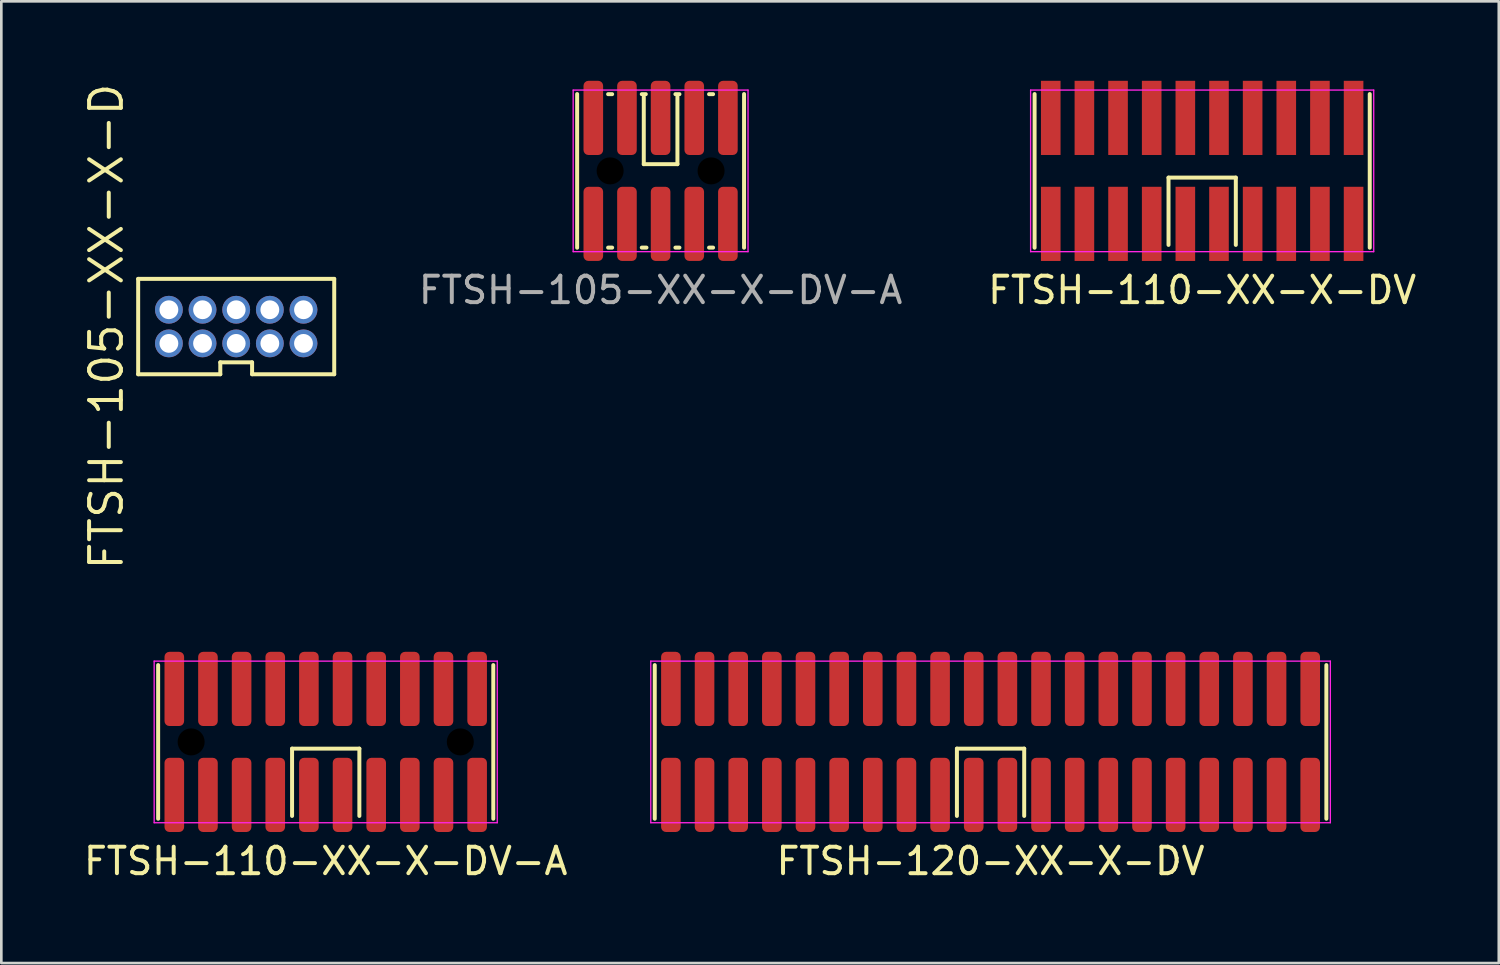
<source format=kicad_pcb>
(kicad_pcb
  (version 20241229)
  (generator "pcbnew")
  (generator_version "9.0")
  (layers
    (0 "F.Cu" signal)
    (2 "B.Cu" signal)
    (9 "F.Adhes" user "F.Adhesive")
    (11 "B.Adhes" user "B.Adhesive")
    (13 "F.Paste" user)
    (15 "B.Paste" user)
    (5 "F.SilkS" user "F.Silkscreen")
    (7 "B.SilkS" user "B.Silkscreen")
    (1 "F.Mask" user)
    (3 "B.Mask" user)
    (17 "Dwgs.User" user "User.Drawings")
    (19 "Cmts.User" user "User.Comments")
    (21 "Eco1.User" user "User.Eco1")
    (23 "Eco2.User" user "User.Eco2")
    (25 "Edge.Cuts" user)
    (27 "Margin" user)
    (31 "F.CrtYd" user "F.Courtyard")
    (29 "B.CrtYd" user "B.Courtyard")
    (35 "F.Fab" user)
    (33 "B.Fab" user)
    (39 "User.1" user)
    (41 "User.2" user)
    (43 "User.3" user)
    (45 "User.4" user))
  (footprint "FTSH-110-XX-X-DV"
    (layer "F.Cu")
    (at 42.325 3.4)
    (property "Reference" "FTSH-110-XX-X-DV" (at 0 4.5 0) (layer "F.SilkS") (effects (font (size 1 1) (thickness 0.15))))
    (attr through_hole)
    (fp_line (start -6.325 -2.9) (end -6.325 2.9) (stroke (width 0.15) (type solid)) (layer "F.SilkS"))
    (fp_line (start -1.27 0.254) (end 1.27 0.254) (stroke (width 0.15) (type solid)) (layer "F.SilkS"))
    (fp_line (start -1.27 2.794) (end -1.27 0.254) (stroke (width 0.15) (type solid)) (layer "F.SilkS"))
    (fp_line (start 1.27 0.254) (end 1.27 2.794) (stroke (width 0.15) (type solid)) (layer "F.SilkS"))
    (fp_line (start 6.325 -2.9) (end 6.325 2.9) (stroke (width 0.15) (type solid)) (layer "F.SilkS"))
    (fp_line (start -6.475 -3.05) (end 6.475 -3.05) (stroke (width 0.05) (type solid)) (layer "F.CrtYd"))
    (fp_line (start -6.475 3.05) (end -6.475 -3.05) (stroke (width 0.05) (type solid)) (layer "F.CrtYd"))
    (fp_line (start 6.475 -3.05) (end 6.475 3.05) (stroke (width 0.05) (type solid)) (layer "F.CrtYd"))
    (fp_line (start 6.475 3.05) (end -6.475 3.05) (stroke (width 0.05) (type solid)) (layer "F.CrtYd"))
    (pad "1" smd rect (at -5.715 2) (size 0.74 2.8) (layers "F.Cu" "F.Mask" "F.Paste"))
    (pad "2" smd rect (at -5.715 -2) (size 0.74 2.8) (layers "F.Cu" "F.Mask" "F.Paste"))
    (pad "3" smd rect (at -4.445 2) (size 0.74 2.8) (layers "F.Cu" "F.Mask" "F.Paste"))
    (pad "4" smd rect (at -4.445 -2) (size 0.74 2.8) (layers "F.Cu" "F.Mask" "F.Paste"))
    (pad "5" smd rect (at -3.175 2) (size 0.74 2.8) (layers "F.Cu" "F.Mask" "F.Paste"))
    (pad "6" smd rect (at -3.175 -2) (size 0.74 2.8) (layers "F.Cu" "F.Mask" "F.Paste"))
    (pad "7" smd rect (at -1.905 2) (size 0.74 2.8) (layers "F.Cu" "F.Mask" "F.Paste"))
    (pad "8" smd rect (at -1.905 -2) (size 0.74 2.8) (layers "F.Cu" "F.Mask" "F.Paste"))
    (pad "9" smd rect (at -0.635 2) (size 0.74 2.8) (layers "F.Cu" "F.Mask" "F.Paste"))
    (pad "10" smd rect (at -0.635 -2) (size 0.74 2.8) (layers "F.Cu" "F.Mask" "F.Paste"))
    (pad "11" smd rect (at 0.635 -2) (size 0.74 2.8) (layers "F.Cu" "F.Mask" "F.Paste"))
    (pad "12" smd rect (at 0.635 2) (size 0.74 2.8) (layers "F.Cu" "F.Mask" "F.Paste"))
    (pad "13" smd rect (at 1.905 -2) (size 0.74 2.8) (layers "F.Cu" "F.Mask" "F.Paste"))
    (pad "14" smd rect (at 1.905 2) (size 0.74 2.8) (layers "F.Cu" "F.Mask" "F.Paste"))
    (pad "15" smd rect (at 3.175 -2) (size 0.74 2.8) (layers "F.Cu" "F.Mask" "F.Paste"))
    (pad "16" smd rect (at 3.175 2) (size 0.74 2.8) (layers "F.Cu" "F.Mask" "F.Paste"))
    (pad "17" smd rect (at 4.445 -2) (size 0.74 2.8) (layers "F.Cu" "F.Mask" "F.Paste"))
    (pad "18" smd rect (at 4.445 2) (size 0.74 2.8) (layers "F.Cu" "F.Mask" "F.Paste"))
    (pad "19" smd rect (at 5.715 -2) (size 0.74 2.8) (layers "F.Cu" "F.Mask" "F.Paste"))
    (pad "20" smd rect (at 5.715 2) (size 0.74 2.8) (layers "F.Cu" "F.Mask" "F.Paste")))
  (footprint "FTSH-105-XX-X-D"
    (layer "F.Cu")
    (at 5.865 9.276)
    (property "Reference" "FTSH-105-XX-X-D" (at -4.9 0 90) (layer "F.SilkS") (effects (font (size 1.2 1.2) (thickness 0.15))))
    (attr through_hole)
    (fp_line (start -3.7 -1.8) (end -3.7 1.8) (stroke (width 0.15) (type solid)) (layer "F.SilkS"))
    (fp_line (start -3.7 1.8) (end -0.6 1.8) (stroke (width 0.15) (type solid)) (layer "F.SilkS"))
    (fp_line (start -0.6 1.35) (end 0.6 1.35) (stroke (width 0.15) (type solid)) (layer "F.SilkS"))
    (fp_line (start -0.6 1.8) (end -0.6 1.35) (stroke (width 0.15) (type solid)) (layer "F.SilkS"))
    (fp_line (start 0.6 1.35) (end 0.6 1.8) (stroke (width 0.15) (type solid)) (layer "F.SilkS"))
    (fp_line (start 0.6 1.8) (end 3.7 1.8) (stroke (width 0.15) (type solid)) (layer "F.SilkS"))
    (fp_line (start 3.7 -1.8) (end -3.7 -1.8) (stroke (width 0.15) (type solid)) (layer "F.SilkS"))
    (fp_line (start 3.7 1.8) (end 3.7 -1.8) (stroke (width 0.15) (type solid)) (layer "F.SilkS"))
    (pad "1" thru_hole circle (at -2.54 0.635) (size 1.05 1.05) (drill 0.71) (layers "*.Cu" "*.Mask"))
    (pad "2" thru_hole circle (at -2.54 -0.635) (size 1.05 1.05) (drill 0.71) (layers "*.Cu" "*.Mask"))
    (pad "3" thru_hole circle (at -1.27 0.635) (size 1.05 1.05) (drill 0.71) (layers "*.Cu" "*.Mask"))
    (pad "4" thru_hole circle (at -1.27 -0.635) (size 1.05 1.05) (drill 0.71) (layers "*.Cu" "*.Mask"))
    (pad "5" thru_hole circle (at 0 0.635) (size 1.05 1.05) (drill 0.71) (layers "*.Cu" "*.Mask"))
    (pad "6" thru_hole circle (at 0 -0.635) (size 1.05 1.05) (drill 0.71) (layers "*.Cu" "*.Mask"))
    (pad "7" thru_hole circle (at 1.27 0.635) (size 1.05 1.05) (drill 0.71) (layers "*.Cu" "*.Mask"))
    (pad "8" thru_hole circle (at 1.27 -0.635) (size 1.05 1.05) (drill 0.71) (layers "*.Cu" "*.Mask"))
    (pad "9" thru_hole circle (at 2.54 0.635) (size 1.05 1.05) (drill 0.71) (layers "*.Cu" "*.Mask"))
    (pad "10" thru_hole circle (at 2.54 -0.635) (size 1.05 1.05) (drill 0.71) (layers "*.Cu" "*.Mask")))
  (footprint "FTSH-110-XX-X-DV-A"
    (layer "F.Cu")
    (at 9.244 24.953)
    (property "Reference" "FTSH-110-XX-X-DV-A" (at 0 4.5 0) (layer "F.SilkS") (effects (font (size 1 1) (thickness 0.15))))
    (attr smd)
    (fp_line (start -6.325 -2.9) (end -6.325 2.9) (stroke (width 0.15) (type solid)) (layer "F.SilkS"))
    (fp_line (start -1.27 0.254) (end 1.27 0.254) (stroke (width 0.15) (type solid)) (layer "F.SilkS"))
    (fp_line (start -1.27 2.794) (end -1.27 0.254) (stroke (width 0.15) (type solid)) (layer "F.SilkS"))
    (fp_line (start 1.27 0.254) (end 1.27 2.794) (stroke (width 0.15) (type solid)) (layer "F.SilkS"))
    (fp_line (start 6.325 -2.9) (end 6.325 2.9) (stroke (width 0.15) (type solid)) (layer "F.SilkS"))
    (fp_line (start -6.475 -3.05) (end 6.475 -3.05) (stroke (width 0.05) (type solid)) (layer "F.CrtYd"))
    (fp_line (start -6.475 3.05) (end -6.475 -3.05) (stroke (width 0.05) (type solid)) (layer "F.CrtYd"))
    (fp_line (start 6.475 -3.05) (end 6.475 3.05) (stroke (width 0.05) (type solid)) (layer "F.CrtYd"))
    (fp_line (start 6.475 3.05) (end -6.475 3.05) (stroke (width 0.05) (type solid)) (layer "F.CrtYd"))
    (pad "" np_thru_hole circle (at -5.08 0) (size 1.02 1.02) (drill 1.02) (layers "*.Mask"))
    (pad "" np_thru_hole circle (at 5.08 0) (size 1.02 1.02) (drill 1.02) (layers "*.Mask"))
    (pad "1" smd roundrect (at -5.715 2) (size 0.74 2.8) (layers "F.Cu" "F.Mask" "F.Paste") (roundrect_rratio 0.25))
    (pad "2" smd roundrect (at -5.715 -2) (size 0.74 2.8) (layers "F.Cu" "F.Mask" "F.Paste") (roundrect_rratio 0.25))
    (pad "3" smd roundrect (at -4.445 2) (size 0.74 2.8) (layers "F.Cu" "F.Mask" "F.Paste") (roundrect_rratio 0.25))
    (pad "4" smd roundrect (at -4.445 -2) (size 0.74 2.8) (layers "F.Cu" "F.Mask" "F.Paste") (roundrect_rratio 0.25))
    (pad "5" smd roundrect (at -3.175 2) (size 0.74 2.8) (layers "F.Cu" "F.Mask" "F.Paste") (roundrect_rratio 0.25))
    (pad "6" smd roundrect (at -3.175 -2) (size 0.74 2.8) (layers "F.Cu" "F.Mask" "F.Paste") (roundrect_rratio 0.25))
    (pad "7" smd roundrect (at -1.905 2) (size 0.74 2.8) (layers "F.Cu" "F.Mask" "F.Paste") (roundrect_rratio 0.25))
    (pad "8" smd roundrect (at -1.905 -2) (size 0.74 2.8) (layers "F.Cu" "F.Mask" "F.Paste") (roundrect_rratio 0.25))
    (pad "9" smd roundrect (at -0.635 2) (size 0.74 2.8) (layers "F.Cu" "F.Mask" "F.Paste") (roundrect_rratio 0.25))
    (pad "10" smd roundrect (at -0.635 -2) (size 0.74 2.8) (layers "F.Cu" "F.Mask" "F.Paste") (roundrect_rratio 0.25))
    (pad "11" smd roundrect (at 0.635 2) (size 0.74 2.8) (layers "F.Cu" "F.Mask" "F.Paste") (roundrect_rratio 0.25))
    (pad "12" smd roundrect (at 0.635 -2) (size 0.74 2.8) (layers "F.Cu" "F.Mask" "F.Paste") (roundrect_rratio 0.25))
    (pad "13" smd roundrect (at 1.905 2) (size 0.74 2.8) (layers "F.Cu" "F.Mask" "F.Paste") (roundrect_rratio 0.25))
    (pad "14" smd roundrect (at 1.905 -2) (size 0.74 2.8) (layers "F.Cu" "F.Mask" "F.Paste") (roundrect_rratio 0.25))
    (pad "15" smd roundrect (at 3.175 2) (size 0.74 2.8) (layers "F.Cu" "F.Mask" "F.Paste") (roundrect_rratio 0.25))
    (pad "16" smd roundrect (at 3.175 -2) (size 0.74 2.8) (layers "F.Cu" "F.Mask" "F.Paste") (roundrect_rratio 0.25))
    (pad "17" smd roundrect (at 4.445 2) (size 0.74 2.8) (layers "F.Cu" "F.Mask" "F.Paste") (roundrect_rratio 0.25))
    (pad "18" smd roundrect (at 4.445 -2) (size 0.74 2.8) (layers "F.Cu" "F.Mask" "F.Paste") (roundrect_rratio 0.25))
    (pad "19" smd roundrect (at 5.715 2) (size 0.74 2.8) (layers "F.Cu" "F.Mask" "F.Paste") (roundrect_rratio 0.25))
    (pad "20" smd roundrect (at 5.715 -2) (size 0.74 2.8) (layers "F.Cu" "F.Mask" "F.Paste") (roundrect_rratio 0.25)))
  (footprint "FTSH-105-XX-X-DV-A"
    (layer "F.Cu")
    (at 21.884 3.4)
    (property "Reference" "FTSH-105-XX-X-DV-A" (at 0 4.5 0) (layer "F.Fab") (effects (font (size 1 1) (thickness 0.15))))
    (attr smd)
    (fp_line (start -3.15 2.9) (end -3.15 -2.9) (stroke (width 0.15) (type solid)) (layer "F.SilkS"))
    (fp_line (start -1.981 2.896) (end -1.829 2.896) (stroke (width 0.15) (type solid)) (layer "F.SilkS"))
    (fp_line (start -1.829 -2.896) (end -1.981 -2.896) (stroke (width 0.15) (type solid)) (layer "F.SilkS"))
    (fp_line (start -0.711 2.896) (end -0.533 2.896) (stroke (width 0.15) (type solid)) (layer "F.SilkS"))
    (fp_line (start -0.635 -0.254) (end -0.635 -2.794) (stroke (width 0.15) (type solid)) (layer "F.SilkS"))
    (fp_line (start -0.559 -2.896) (end -0.711 -2.896) (stroke (width 0.15) (type solid)) (layer "F.SilkS"))
    (fp_line (start 0.559 2.896) (end 0.711 2.896) (stroke (width 0.15) (type solid)) (layer "F.SilkS"))
    (fp_line (start 0.635 -2.794) (end 0.635 -0.254) (stroke (width 0.15) (type solid)) (layer "F.SilkS"))
    (fp_line (start 0.635 -0.254) (end -0.635 -0.254) (stroke (width 0.15) (type solid)) (layer "F.SilkS"))
    (fp_line (start 0.711 -2.896) (end 0.559 -2.896) (stroke (width 0.15) (type solid)) (layer "F.SilkS"))
    (fp_line (start 1.829 2.896) (end 1.981 2.896) (stroke (width 0.15) (type solid)) (layer "F.SilkS"))
    (fp_line (start 1.981 -2.896) (end 1.829 -2.896) (stroke (width 0.15) (type solid)) (layer "F.SilkS"))
    (fp_line (start 3.15 2.9) (end 3.15 -2.9) (stroke (width 0.15) (type solid)) (layer "F.SilkS"))
    (fp_line (start -3.3 -3.05) (end 3.3 -3.05) (stroke (width 0.05) (type solid)) (layer "F.CrtYd"))
    (fp_line (start -3.3 3.05) (end -3.3 -3.05) (stroke (width 0.05) (type solid)) (layer "F.CrtYd"))
    (fp_line (start 3.3 -3.05) (end 3.3 3.05) (stroke (width 0.05) (type solid)) (layer "F.CrtYd"))
    (fp_line (start 3.3 3.05) (end -3.3 3.05) (stroke (width 0.05) (type solid)) (layer "F.CrtYd"))
    (pad "" np_thru_hole circle (at -1.905 0) (size 1.02 1.02) (drill 1.02) (layers "*.Mask"))
    (pad "" np_thru_hole circle (at 1.905 0) (size 1.02 1.02) (drill 1.02) (layers "*.Mask"))
    (pad "1" smd roundrect (at 2.54 -2 180) (size 0.74 2.8) (layers "F.Cu" "F.Mask" "F.Paste") (roundrect_rratio 0.25))
    (pad "2" smd roundrect (at 2.54 2 180) (size 0.74 2.8) (layers "F.Cu" "F.Mask" "F.Paste") (roundrect_rratio 0.25))
    (pad "3" smd roundrect (at 1.27 -2 180) (size 0.74 2.8) (layers "F.Cu" "F.Mask" "F.Paste") (roundrect_rratio 0.25))
    (pad "4" smd roundrect (at 1.27 2 180) (size 0.74 2.8) (layers "F.Cu" "F.Mask" "F.Paste") (roundrect_rratio 0.25))
    (pad "5" smd roundrect (at 0 -2 180) (size 0.74 2.8) (layers "F.Cu" "F.Mask" "F.Paste") (roundrect_rratio 0.25))
    (pad "6" smd roundrect (at 0 2 180) (size 0.74 2.8) (layers "F.Cu" "F.Mask" "F.Paste") (roundrect_rratio 0.25))
    (pad "7" smd roundrect (at -1.27 -2 180) (size 0.74 2.8) (layers "F.Cu" "F.Mask" "F.Paste") (roundrect_rratio 0.25))
    (pad "8" smd roundrect (at -1.27 2 180) (size 0.74 2.8) (layers "F.Cu" "F.Mask" "F.Paste") (roundrect_rratio 0.25))
    (pad "9" smd roundrect (at -2.54 -2 180) (size 0.74 2.8) (layers "F.Cu" "F.Mask" "F.Paste") (roundrect_rratio 0.25))
    (pad "10" smd roundrect (at -2.54 2 180) (size 0.74 2.8) (layers "F.Cu" "F.Mask" "F.Paste") (roundrect_rratio 0.25)))
  (footprint "FTSH-120-XX-X-DV"
    (layer "F.Cu")
    (at 34.338 24.953)
    (property "Reference" "FTSH-120-XX-X-DV" (at 0 4.5 0) (layer "F.SilkS") (effects (font (size 1 1) (thickness 0.15))))
    (attr smd)
    (fp_line (start -12.675 -2.9) (end -12.675 2.9) (stroke (width 0.15) (type solid)) (layer "F.SilkS"))
    (fp_line (start -1.27 0.254) (end 1.27 0.254) (stroke (width 0.15) (type solid)) (layer "F.SilkS"))
    (fp_line (start -1.27 2.794) (end -1.27 0.254) (stroke (width 0.15) (type solid)) (layer "F.SilkS"))
    (fp_line (start 1.27 0.254) (end 1.27 2.794) (stroke (width 0.15) (type solid)) (layer "F.SilkS"))
    (fp_line (start 12.675 -2.9) (end 12.675 2.9) (stroke (width 0.15) (type solid)) (layer "F.SilkS"))
    (fp_line (start -12.825 -3.05) (end 12.825 -3.05) (stroke (width 0.05) (type solid)) (layer "F.CrtYd"))
    (fp_line (start -12.825 3.05) (end -12.825 -3.05) (stroke (width 0.05) (type solid)) (layer "F.CrtYd"))
    (fp_line (start 12.825 -3.05) (end 12.825 3.05) (stroke (width 0.05) (type solid)) (layer "F.CrtYd"))
    (fp_line (start 12.825 3.05) (end -12.825 3.05) (stroke (width 0.05) (type solid)) (layer "F.CrtYd"))
    (pad "1" smd roundrect (at -12.065 2) (size 0.74 2.8) (layers "F.Cu" "F.Mask" "F.Paste") (roundrect_rratio 0.25))
    (pad "2" smd roundrect (at -12.065 -2) (size 0.74 2.8) (layers "F.Cu" "F.Mask" "F.Paste") (roundrect_rratio 0.25))
    (pad "3" smd roundrect (at -10.795 2) (size 0.74 2.8) (layers "F.Cu" "F.Mask" "F.Paste") (roundrect_rratio 0.25))
    (pad "4" smd roundrect (at -10.795 -2) (size 0.74 2.8) (layers "F.Cu" "F.Mask" "F.Paste") (roundrect_rratio 0.25))
    (pad "5" smd roundrect (at -9.525 2) (size 0.74 2.8) (layers "F.Cu" "F.Mask" "F.Paste") (roundrect_rratio 0.25))
    (pad "6" smd roundrect (at -9.525 -2) (size 0.74 2.8) (layers "F.Cu" "F.Mask" "F.Paste") (roundrect_rratio 0.25))
    (pad "7" smd roundrect (at -8.255 2) (size 0.74 2.8) (layers "F.Cu" "F.Mask" "F.Paste") (roundrect_rratio 0.25))
    (pad "8" smd roundrect (at -8.255 -2) (size 0.74 2.8) (layers "F.Cu" "F.Mask" "F.Paste") (roundrect_rratio 0.25))
    (pad "9" smd roundrect (at -6.985 2) (size 0.74 2.8) (layers "F.Cu" "F.Mask" "F.Paste") (roundrect_rratio 0.25))
    (pad "10" smd roundrect (at -6.985 -2) (size 0.74 2.8) (layers "F.Cu" "F.Mask" "F.Paste") (roundrect_rratio 0.25))
    (pad "11" smd roundrect (at -5.715 2) (size 0.74 2.8) (layers "F.Cu" "F.Mask" "F.Paste") (roundrect_rratio 0.25))
    (pad "12" smd roundrect (at -5.715 -2) (size 0.74 2.8) (layers "F.Cu" "F.Mask" "F.Paste") (roundrect_rratio 0.25))
    (pad "13" smd roundrect (at -4.445 2) (size 0.74 2.8) (layers "F.Cu" "F.Mask" "F.Paste") (roundrect_rratio 0.25))
    (pad "14" smd roundrect (at -4.445 -2) (size 0.74 2.8) (layers "F.Cu" "F.Mask" "F.Paste") (roundrect_rratio 0.25))
    (pad "15" smd roundrect (at -3.175 2) (size 0.74 2.8) (layers "F.Cu" "F.Mask" "F.Paste") (roundrect_rratio 0.25))
    (pad "16" smd roundrect (at -3.175 -2) (size 0.74 2.8) (layers "F.Cu" "F.Mask" "F.Paste") (roundrect_rratio 0.25))
    (pad "17" smd roundrect (at -1.905 2) (size 0.74 2.8) (layers "F.Cu" "F.Mask" "F.Paste") (roundrect_rratio 0.25))
    (pad "18" smd roundrect (at -1.905 -2) (size 0.74 2.8) (layers "F.Cu" "F.Mask" "F.Paste") (roundrect_rratio 0.25))
    (pad "19" smd roundrect (at -0.635 2) (size 0.74 2.8) (layers "F.Cu" "F.Mask" "F.Paste") (roundrect_rratio 0.25))
    (pad "20" smd roundrect (at -0.635 -2) (size 0.74 2.8) (layers "F.Cu" "F.Mask" "F.Paste") (roundrect_rratio 0.25))
    (pad "21" smd roundrect (at 0.635 2) (size 0.74 2.8) (layers "F.Cu" "F.Mask" "F.Paste") (roundrect_rratio 0.25))
    (pad "22" smd roundrect (at 0.635 -2) (size 0.74 2.8) (layers "F.Cu" "F.Mask" "F.Paste") (roundrect_rratio 0.25))
    (pad "23" smd roundrect (at 1.905 2) (size 0.74 2.8) (layers "F.Cu" "F.Mask" "F.Paste") (roundrect_rratio 0.25))
    (pad "24" smd roundrect (at 1.905 -2) (size 0.74 2.8) (layers "F.Cu" "F.Mask" "F.Paste") (roundrect_rratio 0.25))
    (pad "25" smd roundrect (at 3.175 2) (size 0.74 2.8) (layers "F.Cu" "F.Mask" "F.Paste") (roundrect_rratio 0.25))
    (pad "26" smd roundrect (at 3.175 -2) (size 0.74 2.8) (layers "F.Cu" "F.Mask" "F.Paste") (roundrect_rratio 0.25))
    (pad "27" smd roundrect (at 4.445 2) (size 0.74 2.8) (layers "F.Cu" "F.Mask" "F.Paste") (roundrect_rratio 0.25))
    (pad "28" smd roundrect (at 4.445 -2) (size 0.74 2.8) (layers "F.Cu" "F.Mask" "F.Paste") (roundrect_rratio 0.25))
    (pad "29" smd roundrect (at 5.715 2) (size 0.74 2.8) (layers "F.Cu" "F.Mask" "F.Paste") (roundrect_rratio 0.25))
    (pad "30" smd roundrect (at 5.715 -2) (size 0.74 2.8) (layers "F.Cu" "F.Mask" "F.Paste") (roundrect_rratio 0.25))
    (pad "31" smd roundrect (at 6.985 2) (size 0.74 2.8) (layers "F.Cu" "F.Mask" "F.Paste") (roundrect_rratio 0.25))
    (pad "32" smd roundrect (at 6.985 -2) (size 0.74 2.8) (layers "F.Cu" "F.Mask" "F.Paste") (roundrect_rratio 0.25))
    (pad "33" smd roundrect (at 8.255 2) (size 0.74 2.8) (layers "F.Cu" "F.Mask" "F.Paste") (roundrect_rratio 0.25))
    (pad "34" smd roundrect (at 8.255 -2) (size 0.74 2.8) (layers "F.Cu" "F.Mask" "F.Paste") (roundrect_rratio 0.25))
    (pad "35" smd roundrect (at 9.525 2) (size 0.74 2.8) (layers "F.Cu" "F.Mask" "F.Paste") (roundrect_rratio 0.25))
    (pad "36" smd roundrect (at 9.525 -2) (size 0.74 2.8) (layers "F.Cu" "F.Mask" "F.Paste") (roundrect_rratio 0.25))
    (pad "37" smd roundrect (at 10.795 2) (size 0.74 2.8) (layers "F.Cu" "F.Mask" "F.Paste") (roundrect_rratio 0.25))
    (pad "38" smd roundrect (at 10.795 -2) (size 0.74 2.8) (layers "F.Cu" "F.Mask" "F.Paste") (roundrect_rratio 0.25))
    (pad "39" smd roundrect (at 12.065 2) (size 0.74 2.8) (layers "F.Cu" "F.Mask" "F.Paste") (roundrect_rratio 0.25))
    (pad "40" smd roundrect (at 12.065 -2) (size 0.74 2.8) (layers "F.Cu" "F.Mask" "F.Paste") (roundrect_rratio 0.25)))
  (gr_rect
    (start -3 -3)
    (end 53.521 33.301)
    (stroke (width 0.1) (type default))
    (fill no)
    (layer "Edge.Cuts")))
</source>
